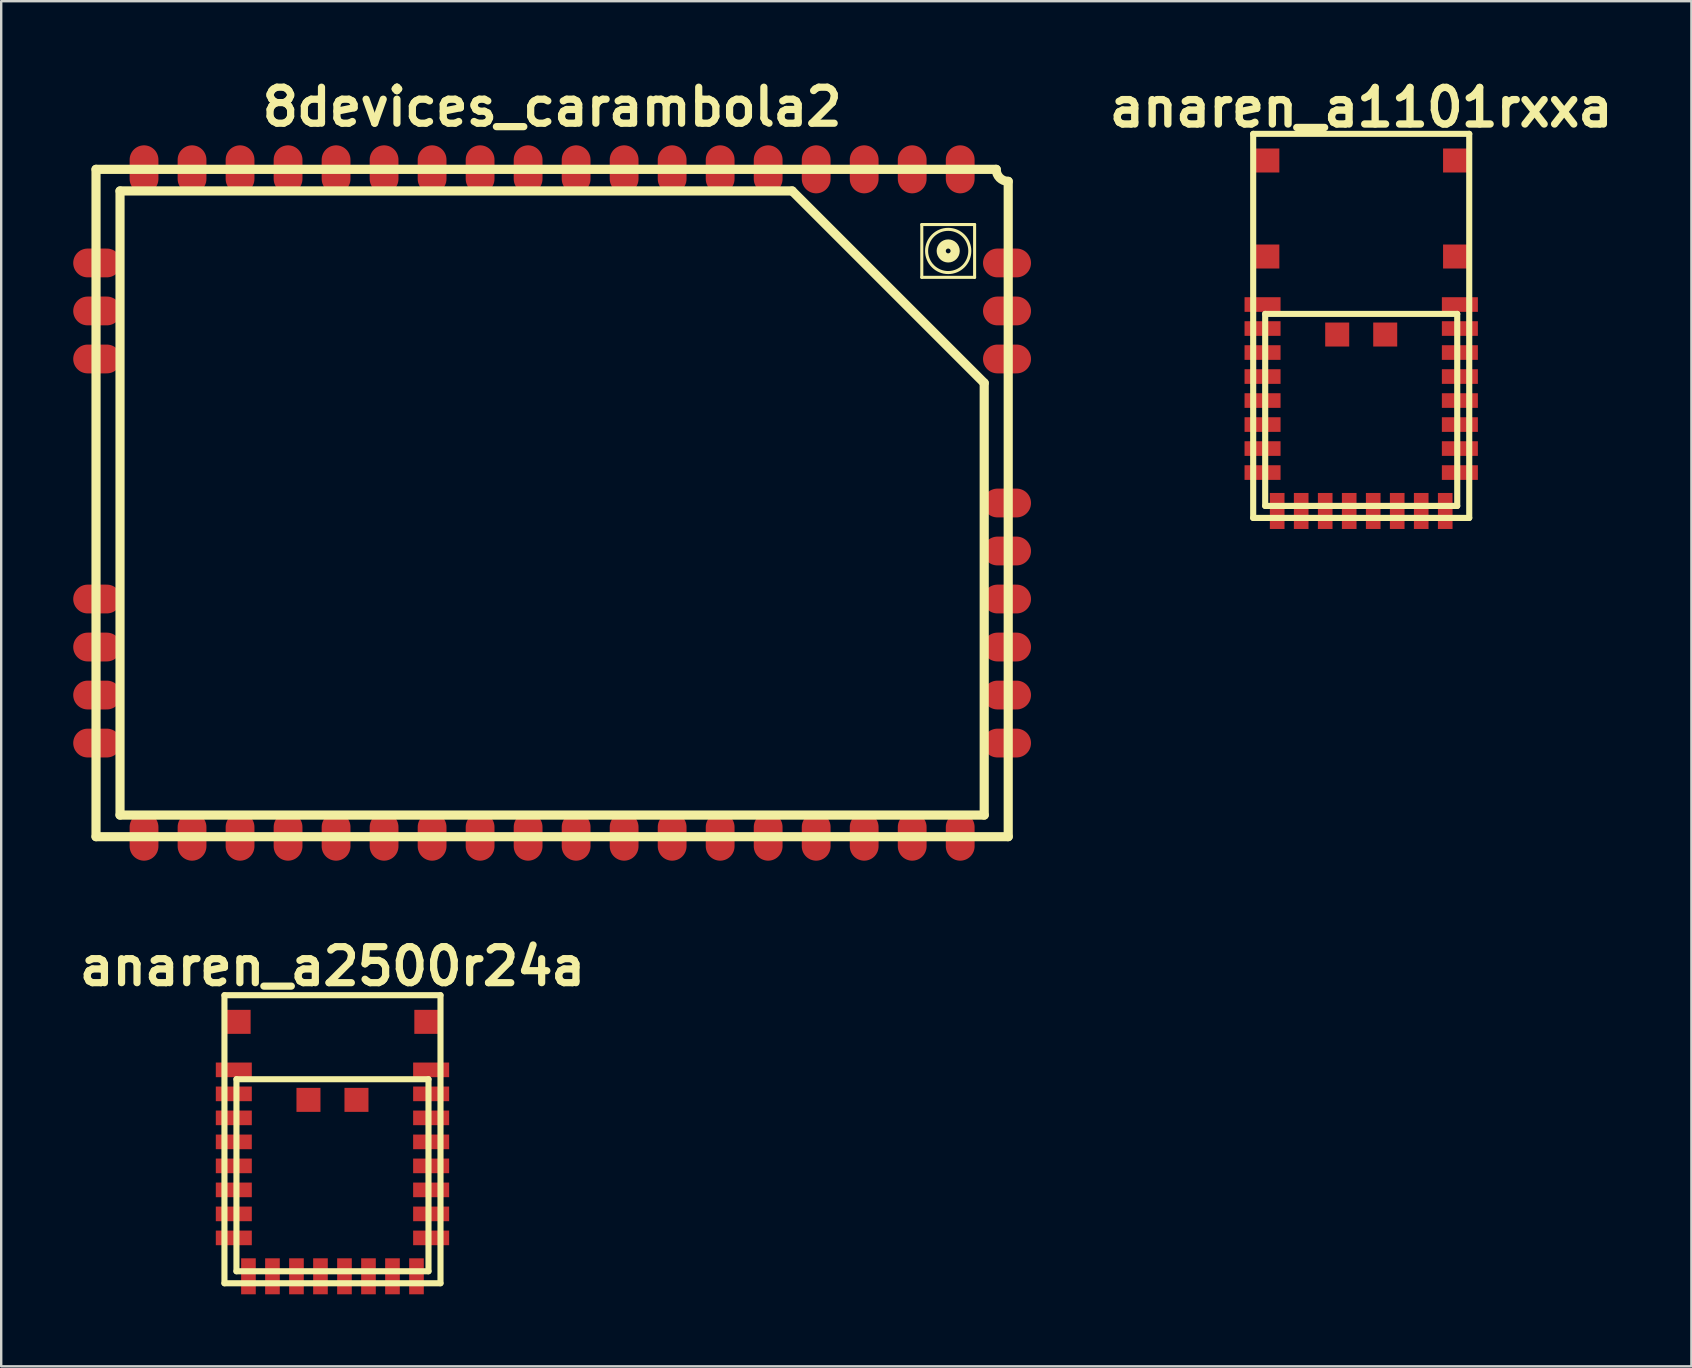
<source format=kicad_pcb>
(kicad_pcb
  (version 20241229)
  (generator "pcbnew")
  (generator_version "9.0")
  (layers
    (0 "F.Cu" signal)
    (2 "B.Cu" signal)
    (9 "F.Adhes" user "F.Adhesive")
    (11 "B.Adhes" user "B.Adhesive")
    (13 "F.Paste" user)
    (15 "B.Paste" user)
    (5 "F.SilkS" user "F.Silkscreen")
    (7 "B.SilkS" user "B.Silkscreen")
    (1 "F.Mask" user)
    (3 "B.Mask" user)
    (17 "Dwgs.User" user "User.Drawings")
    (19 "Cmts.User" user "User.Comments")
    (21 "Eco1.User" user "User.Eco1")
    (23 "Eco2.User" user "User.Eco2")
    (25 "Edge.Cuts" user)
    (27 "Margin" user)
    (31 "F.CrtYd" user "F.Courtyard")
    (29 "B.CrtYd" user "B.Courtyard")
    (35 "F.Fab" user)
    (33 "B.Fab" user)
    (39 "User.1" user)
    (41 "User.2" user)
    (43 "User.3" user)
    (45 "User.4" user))
  (footprint "8devices_carambola2"
    (layer "F.Cu")
    (at 19.95 17.904)
    (property "Reference" "8devices_carambola2" (at 0 -16.5 0) (layer "F.SilkS") (effects (font (size 1.5 1.5) (thickness 0.3))))
    (attr smd)
    (fp_line (start -19 -13.9) (end 18.5 -13.9) (stroke (width 0.381) (type solid)) (layer "F.SilkS"))
    (fp_line (start -19 13.9) (end -19 -13.9) (stroke (width 0.381) (type solid)) (layer "F.SilkS"))
    (fp_line (start -18 -13) (end 10 -13) (stroke (width 0.381) (type solid)) (layer "F.SilkS"))
    (fp_line (start -18 13) (end -18 -13) (stroke (width 0.381) (type solid)) (layer "F.SilkS"))
    (fp_line (start 10 -13) (end 18 -5) (stroke (width 0.381) (type solid)) (layer "F.SilkS"))
    (fp_line (start 15.4 -11.6) (end 17.6 -11.6) (stroke (width 0.127) (type solid)) (layer "F.SilkS"))
    (fp_line (start 15.4 -9.4) (end 15.4 -11.6) (stroke (width 0.127) (type solid)) (layer "F.SilkS"))
    (fp_line (start 17.6 -11.6) (end 17.6 -9.4) (stroke (width 0.127) (type solid)) (layer "F.SilkS"))
    (fp_line (start 17.6 -9.4) (end 15.4 -9.4) (stroke (width 0.127) (type solid)) (layer "F.SilkS"))
    (fp_line (start 18 -5) (end 18 13) (stroke (width 0.381) (type solid)) (layer "F.SilkS"))
    (fp_line (start 18 13) (end -18 13) (stroke (width 0.381) (type solid)) (layer "F.SilkS"))
    (fp_line (start 19 -13.4) (end 19 13.9) (stroke (width 0.381) (type solid)) (layer "F.SilkS"))
    (fp_line (start 19 13.9) (end -19 13.9) (stroke (width 0.381) (type solid)) (layer "F.SilkS"))
    (fp_arc (start 19 -13.4) (mid 18.646447 -13.546447) (end 18.5 -13.9) (stroke (width 0.381) (type solid)) (layer "F.SilkS"))
    (fp_circle (center 16.5 -10.5) (end 16.6 -10.5) (stroke (width 0.381) (type solid)) (fill no) (layer "F.SilkS"))
    (fp_circle (center 16.5 -10.5) (end 17.4 -10.5) (stroke (width 0.127) (type solid)) (fill no) (layer "F.SilkS"))
    (pad "1" smd oval (at -17 13.9) (size 1.2 2) (layers "F.Cu" "F.Mask" "F.Paste"))
    (pad "2" smd oval (at -15 13.9) (size 1.2 2) (layers "F.Cu" "F.Mask" "F.Paste"))
    (pad "3" smd oval (at -13 13.9) (size 1.2 2) (layers "F.Cu" "F.Mask" "F.Paste"))
    (pad "4" smd oval (at -11 13.9) (size 1.2 2) (layers "F.Cu" "F.Mask" "F.Paste"))
    (pad "5" smd oval (at -9 13.9) (size 1.2 2) (layers "F.Cu" "F.Mask" "F.Paste"))
    (pad "6" smd oval (at -7 13.9) (size 1.2 2) (layers "F.Cu" "F.Mask" "F.Paste"))
    (pad "7" smd oval (at -5 13.9) (size 1.2 2) (layers "F.Cu" "F.Mask" "F.Paste"))
    (pad "8" smd oval (at -3 13.9) (size 1.2 2) (layers "F.Cu" "F.Mask" "F.Paste"))
    (pad "9" smd oval (at -1 13.9) (size 1.2 2) (layers "F.Cu" "F.Mask" "F.Paste"))
    (pad "10" smd oval (at 1 13.9) (size 1.2 2) (layers "F.Cu" "F.Mask" "F.Paste"))
    (pad "11" smd oval (at 3 13.9) (size 1.2 2) (layers "F.Cu" "F.Mask" "F.Paste"))
    (pad "12" smd oval (at 5 13.9) (size 1.2 2) (layers "F.Cu" "F.Mask" "F.Paste"))
    (pad "13" smd oval (at 7 13.9) (size 1.2 2) (layers "F.Cu" "F.Mask" "F.Paste"))
    (pad "14" smd oval (at 9 13.9) (size 1.2 2) (layers "F.Cu" "F.Mask" "F.Paste"))
    (pad "15" smd oval (at 11 13.9) (size 1.2 2) (layers "F.Cu" "F.Mask" "F.Paste"))
    (pad "16" smd oval (at 13 13.9) (size 1.2 2) (layers "F.Cu" "F.Mask" "F.Paste"))
    (pad "17" smd oval (at 15 13.9) (size 1.2 2) (layers "F.Cu" "F.Mask" "F.Paste"))
    (pad "18" smd oval (at 17 13.9) (size 1.2 2) (layers "F.Cu" "F.Mask" "F.Paste"))
    (pad "19" smd oval (at 18.95 10) (size 2 1.2) (layers "F.Cu" "F.Mask" "F.Paste"))
    (pad "20" smd oval (at 18.95 8) (size 2 1.2) (layers "F.Cu" "F.Mask" "F.Paste"))
    (pad "21" smd oval (at 18.95 6) (size 2 1.2) (layers "F.Cu" "F.Mask" "F.Paste"))
    (pad "22" smd oval (at 18.95 4) (size 2 1.2) (layers "F.Cu" "F.Mask" "F.Paste"))
    (pad "23" smd oval (at 18.95 2) (size 2 1.2) (layers "F.Cu" "F.Mask" "F.Paste"))
    (pad "24" smd oval (at 18.95 0) (size 2 1.2) (layers "F.Cu" "F.Mask" "F.Paste"))
    (pad "25" smd oval (at 18.95 -6) (size 2 1.2) (layers "F.Cu" "F.Mask" "F.Paste"))
    (pad "26" smd oval (at 18.95 -8) (size 2 1.2) (layers "F.Cu" "F.Mask" "F.Paste"))
    (pad "27" smd oval (at 18.95 -10) (size 2 1.2) (layers "F.Cu" "F.Mask" "F.Paste"))
    (pad "28" smd oval (at 17 -13.9) (size 1.2 2) (layers "F.Cu" "F.Mask" "F.Paste"))
    (pad "29" smd oval (at 15 -13.9) (size 1.2 2) (layers "F.Cu" "F.Mask" "F.Paste"))
    (pad "30" smd oval (at 13 -13.9) (size 1.2 2) (layers "F.Cu" "F.Mask" "F.Paste"))
    (pad "31" smd oval (at 11 -13.9) (size 1.2 2) (layers "F.Cu" "F.Mask" "F.Paste"))
    (pad "32" smd oval (at 9 -13.9) (size 1.2 2) (layers "F.Cu" "F.Mask" "F.Paste"))
    (pad "33" smd oval (at 7 -13.9) (size 1.2 2) (layers "F.Cu" "F.Mask" "F.Paste"))
    (pad "34" smd oval (at 5 -13.9) (size 1.2 2) (layers "F.Cu" "F.Mask" "F.Paste"))
    (pad "35" smd oval (at 3 -13.9) (size 1.2 2) (layers "F.Cu" "F.Mask" "F.Paste"))
    (pad "36" smd oval (at 1 -13.9) (size 1.2 2) (layers "F.Cu" "F.Mask" "F.Paste"))
    (pad "37" smd oval (at -1 -13.9) (size 1.2 2) (layers "F.Cu" "F.Mask" "F.Paste"))
    (pad "38" smd oval (at -3 -13.9) (size 1.2 2) (layers "F.Cu" "F.Mask" "F.Paste"))
    (pad "39" smd oval (at -5 -13.9) (size 1.2 2) (layers "F.Cu" "F.Mask" "F.Paste"))
    (pad "40" smd oval (at -7 -13.9) (size 1.2 2) (layers "F.Cu" "F.Mask" "F.Paste"))
    (pad "41" smd oval (at -9 -13.9) (size 1.2 2) (layers "F.Cu" "F.Mask" "F.Paste"))
    (pad "42" smd oval (at -11 -13.9) (size 1.2 2) (layers "F.Cu" "F.Mask" "F.Paste"))
    (pad "43" smd oval (at -13 -13.9) (size 1.2 2) (layers "F.Cu" "F.Mask" "F.Paste"))
    (pad "44" smd oval (at -15 -13.9) (size 1.2 2) (layers "F.Cu" "F.Mask" "F.Paste"))
    (pad "45" smd oval (at -17 -13.9) (size 1.2 2) (layers "F.Cu" "F.Mask" "F.Paste"))
    (pad "46" smd oval (at -18.95 -10) (size 2 1.2) (layers "F.Cu" "F.Mask" "F.Paste"))
    (pad "47" smd oval (at -18.95 -8) (size 2 1.2) (layers "F.Cu" "F.Mask" "F.Paste"))
    (pad "48" smd oval (at -18.95 -6) (size 2 1.2) (layers "F.Cu" "F.Mask" "F.Paste"))
    (pad "49" smd oval (at -18.95 4) (size 2 1.2) (layers "F.Cu" "F.Mask" "F.Paste"))
    (pad "50" smd oval (at -18.95 6) (size 2 1.2) (layers "F.Cu" "F.Mask" "F.Paste"))
    (pad "51" smd oval (at -18.95 8) (size 2 1.2) (layers "F.Cu" "F.Mask" "F.Paste"))
    (pad "52" smd oval (at -18.95 10) (size 2 1.2) (layers "F.Cu" "F.Mask" "F.Paste")))
  (footprint "anaren_a1101rxxa"
    (layer "F.Cu")
    (at 53.655 10.526)
    (property "Reference" "anaren_a1101rxxa" (at 0 -9.1 0) (layer "F.SilkS") (effects (font (size 1.524 1.524) (thickness 0.305))))
    (attr smd)
    (fp_line (start -4.5 -8) (end -4.5 8) (stroke (width 0.254) (type solid)) (layer "F.SilkS"))
    (fp_line (start -4.5 -8) (end 4.5 -8) (stroke (width 0.254) (type solid)) (layer "F.SilkS"))
    (fp_line (start -4.5 8) (end 4.5 8) (stroke (width 0.254) (type solid)) (layer "F.SilkS"))
    (fp_line (start -4 -0.5) (end -4 7.5) (stroke (width 0.254) (type solid)) (layer "F.SilkS"))
    (fp_line (start -4 -0.5) (end 4 -0.5) (stroke (width 0.254) (type solid)) (layer "F.SilkS"))
    (fp_line (start -4 7.5) (end 4 7.5) (stroke (width 0.254) (type solid)) (layer "F.SilkS"))
    (fp_line (start 4 -0.5) (end 4 7.5) (stroke (width 0.254) (type solid)) (layer "F.SilkS"))
    (fp_line (start 4.5 -8) (end 4.5 8) (stroke (width 0.254) (type solid)) (layer "F.SilkS"))
    (pad "" smd rect (at -3.91 -6.89) (size 1 1) (layers "F.Cu" "F.Mask" "F.Paste"))
    (pad "" smd rect (at -3.91 -2.89) (size 1 1) (layers "F.Cu" "F.Mask" "F.Paste"))
    (pad "" smd rect (at -1 0.36) (size 1 1) (layers "F.Cu" "F.Mask" "F.Paste"))
    (pad "" smd rect (at 1 0.36) (size 1 1) (layers "F.Cu" "F.Mask" "F.Paste"))
    (pad "" smd rect (at 3.91 -6.89) (size 1 1) (layers "F.Cu" "F.Mask" "F.Paste"))
    (pad "" smd rect (at 3.91 -2.89) (size 1 1) (layers "F.Cu" "F.Mask" "F.Paste"))
    (pad "1" smd rect (at -4.11 -0.89) (size 1.5 0.61) (layers "F.Cu" "F.Mask" "F.Paste"))
    (pad "2" smd rect (at -4.11 0.11) (size 1.5 0.61) (layers "F.Cu" "F.Mask" "F.Paste"))
    (pad "3" smd rect (at -4.11 1.11) (size 1.5 0.61) (layers "F.Cu" "F.Mask" "F.Paste"))
    (pad "4" smd rect (at -4.11 2.11) (size 1.5 0.61) (layers "F.Cu" "F.Mask" "F.Paste"))
    (pad "5" smd rect (at -4.11 3.11) (size 1.5 0.61) (layers "F.Cu" "F.Mask" "F.Paste"))
    (pad "6" smd rect (at -4.11 4.11) (size 1.5 0.61) (layers "F.Cu" "F.Mask" "F.Paste"))
    (pad "7" smd rect (at -4.11 5.11) (size 1.5 0.61) (layers "F.Cu" "F.Mask" "F.Paste"))
    (pad "8" smd rect (at -4.11 6.11) (size 1.5 0.61) (layers "F.Cu" "F.Mask" "F.Paste"))
    (pad "9" smd rect (at -3.5 7.71) (size 0.61 1.5) (layers "F.Cu" "F.Mask" "F.Paste"))
    (pad "10" smd rect (at -2.5 7.71) (size 0.61 1.5) (layers "F.Cu" "F.Mask" "F.Paste"))
    (pad "11" smd rect (at -1.5 7.71) (size 0.61 1.5) (layers "F.Cu" "F.Mask" "F.Paste"))
    (pad "12" smd rect (at -0.5 7.71) (size 0.61 1.5) (layers "F.Cu" "F.Mask" "F.Paste"))
    (pad "13" smd rect (at 0.5 7.71) (size 0.61 1.5) (layers "F.Cu" "F.Mask" "F.Paste"))
    (pad "14" smd rect (at 1.5 7.71) (size 0.61 1.5) (layers "F.Cu" "F.Mask" "F.Paste"))
    (pad "15" smd rect (at 2.5 7.71) (size 0.61 1.5) (layers "F.Cu" "F.Mask" "F.Paste"))
    (pad "16" smd rect (at 3.5 7.71) (size 0.61 1.5) (layers "F.Cu" "F.Mask" "F.Paste"))
    (pad "17" smd rect (at 4.11 6.11) (size 1.5 0.61) (layers "F.Cu" "F.Mask" "F.Paste"))
    (pad "18" smd rect (at 4.11 5.11) (size 1.5 0.61) (layers "F.Cu" "F.Mask" "F.Paste"))
    (pad "19" smd rect (at 4.11 4.11) (size 1.5 0.61) (layers "F.Cu" "F.Mask" "F.Paste"))
    (pad "20" smd rect (at 4.11 3.11) (size 1.5 0.61) (layers "F.Cu" "F.Mask" "F.Paste"))
    (pad "21" smd rect (at 4.11 2.11) (size 1.5 0.61) (layers "F.Cu" "F.Mask" "F.Paste"))
    (pad "22" smd rect (at 4.11 1.11) (size 1.5 0.61) (layers "F.Cu" "F.Mask" "F.Paste"))
    (pad "23" smd rect (at 4.11 0.11) (size 1.5 0.61) (layers "F.Cu" "F.Mask" "F.Paste"))
    (pad "24" smd rect (at 4.11 -0.89) (size 1.5 0.61) (layers "F.Cu" "F.Mask" "F.Paste")))
  (footprint "anaren_a2500r24a"
    (layer "F.Cu")
    (at 10.8 44.408)
    (property "Reference" "anaren_a2500r24a" (at 0 -7.2 0) (layer "F.SilkS") (effects (font (size 1.5 1.5) (thickness 0.3))))
    (attr smd)
    (fp_line (start -4.5 -6) (end -4.5 6) (stroke (width 0.254) (type solid)) (layer "F.SilkS"))
    (fp_line (start -4.5 -6) (end 4.5 -6) (stroke (width 0.254) (type solid)) (layer "F.SilkS"))
    (fp_line (start -4.5 6) (end 4.5 6) (stroke (width 0.254) (type solid)) (layer "F.SilkS"))
    (fp_line (start -4 -2.5) (end -4 5.5) (stroke (width 0.254) (type solid)) (layer "F.SilkS"))
    (fp_line (start -4 -2.5) (end 4 -2.5) (stroke (width 0.254) (type solid)) (layer "F.SilkS"))
    (fp_line (start -4 5.5) (end 4 5.5) (stroke (width 0.254) (type solid)) (layer "F.SilkS"))
    (fp_line (start 4 -2.5) (end 4 5.5) (stroke (width 0.254) (type solid)) (layer "F.SilkS"))
    (fp_line (start 4.5 -6) (end 4.5 6) (stroke (width 0.254) (type solid)) (layer "F.SilkS"))
    (pad "" smd rect (at -3.91 -4.89) (size 1 1) (layers "F.Cu" "F.Mask" "F.Paste"))
    (pad "" smd rect (at -1 -1.64) (size 1 1) (layers "F.Cu" "F.Mask" "F.Paste"))
    (pad "" smd rect (at 1 -1.64) (size 1 1) (layers "F.Cu" "F.Mask" "F.Paste"))
    (pad "" smd rect (at 3.91 -4.89) (size 1 1) (layers "F.Cu" "F.Mask" "F.Paste"))
    (pad "1" smd rect (at -4.11 -2.89) (size 1.5 0.61) (layers "F.Cu" "F.Mask" "F.Paste"))
    (pad "2" smd rect (at -4.11 -1.89) (size 1.5 0.61) (layers "F.Cu" "F.Mask" "F.Paste"))
    (pad "3" smd rect (at -4.11 -0.89) (size 1.5 0.61) (layers "F.Cu" "F.Mask" "F.Paste"))
    (pad "4" smd rect (at -4.11 0.11) (size 1.5 0.61) (layers "F.Cu" "F.Mask" "F.Paste"))
    (pad "5" smd rect (at -4.11 1.11) (size 1.5 0.61) (layers "F.Cu" "F.Mask" "F.Paste"))
    (pad "6" smd rect (at -4.11 2.11) (size 1.5 0.61) (layers "F.Cu" "F.Mask" "F.Paste"))
    (pad "7" smd rect (at -4.11 3.11) (size 1.5 0.61) (layers "F.Cu" "F.Mask" "F.Paste"))
    (pad "8" smd rect (at -4.11 4.11) (size 1.5 0.61) (layers "F.Cu" "F.Mask" "F.Paste"))
    (pad "9" smd rect (at -3.5 5.71) (size 0.61 1.5) (layers "F.Cu" "F.Mask" "F.Paste"))
    (pad "10" smd rect (at -2.5 5.71) (size 0.61 1.5) (layers "F.Cu" "F.Mask" "F.Paste"))
    (pad "11" smd rect (at -1.5 5.71) (size 0.61 1.5) (layers "F.Cu" "F.Mask" "F.Paste"))
    (pad "12" smd rect (at -0.5 5.71) (size 0.61 1.5) (layers "F.Cu" "F.Mask" "F.Paste"))
    (pad "13" smd rect (at 0.5 5.71) (size 0.61 1.5) (layers "F.Cu" "F.Mask" "F.Paste"))
    (pad "14" smd rect (at 1.5 5.71) (size 0.61 1.5) (layers "F.Cu" "F.Mask" "F.Paste"))
    (pad "15" smd rect (at 2.5 5.71) (size 0.61 1.5) (layers "F.Cu" "F.Mask" "F.Paste"))
    (pad "16" smd rect (at 3.5 5.71) (size 0.61 1.5) (layers "F.Cu" "F.Mask" "F.Paste"))
    (pad "17" smd rect (at 4.11 4.11) (size 1.5 0.61) (layers "F.Cu" "F.Mask" "F.Paste"))
    (pad "18" smd rect (at 4.11 3.11) (size 1.5 0.61) (layers "F.Cu" "F.Mask" "F.Paste"))
    (pad "19" smd rect (at 4.11 2.11) (size 1.5 0.61) (layers "F.Cu" "F.Mask" "F.Paste"))
    (pad "20" smd rect (at 4.11 1.11) (size 1.5 0.61) (layers "F.Cu" "F.Mask" "F.Paste"))
    (pad "21" smd rect (at 4.11 0.11) (size 1.5 0.61) (layers "F.Cu" "F.Mask" "F.Paste"))
    (pad "22" smd rect (at 4.11 -0.89) (size 1.5 0.61) (layers "F.Cu" "F.Mask" "F.Paste"))
    (pad "23" smd rect (at 4.11 -1.89) (size 1.5 0.61) (layers "F.Cu" "F.Mask" "F.Paste"))
    (pad "24" smd rect (at 4.11 -2.89) (size 1.5 0.61) (layers "F.Cu" "F.Mask" "F.Paste")))
  (gr_rect
    (start -3 -3)
    (end 67.41 53.868)
    (stroke (width 0.1) (type default))
    (fill no)
    (layer "Edge.Cuts")))
</source>
